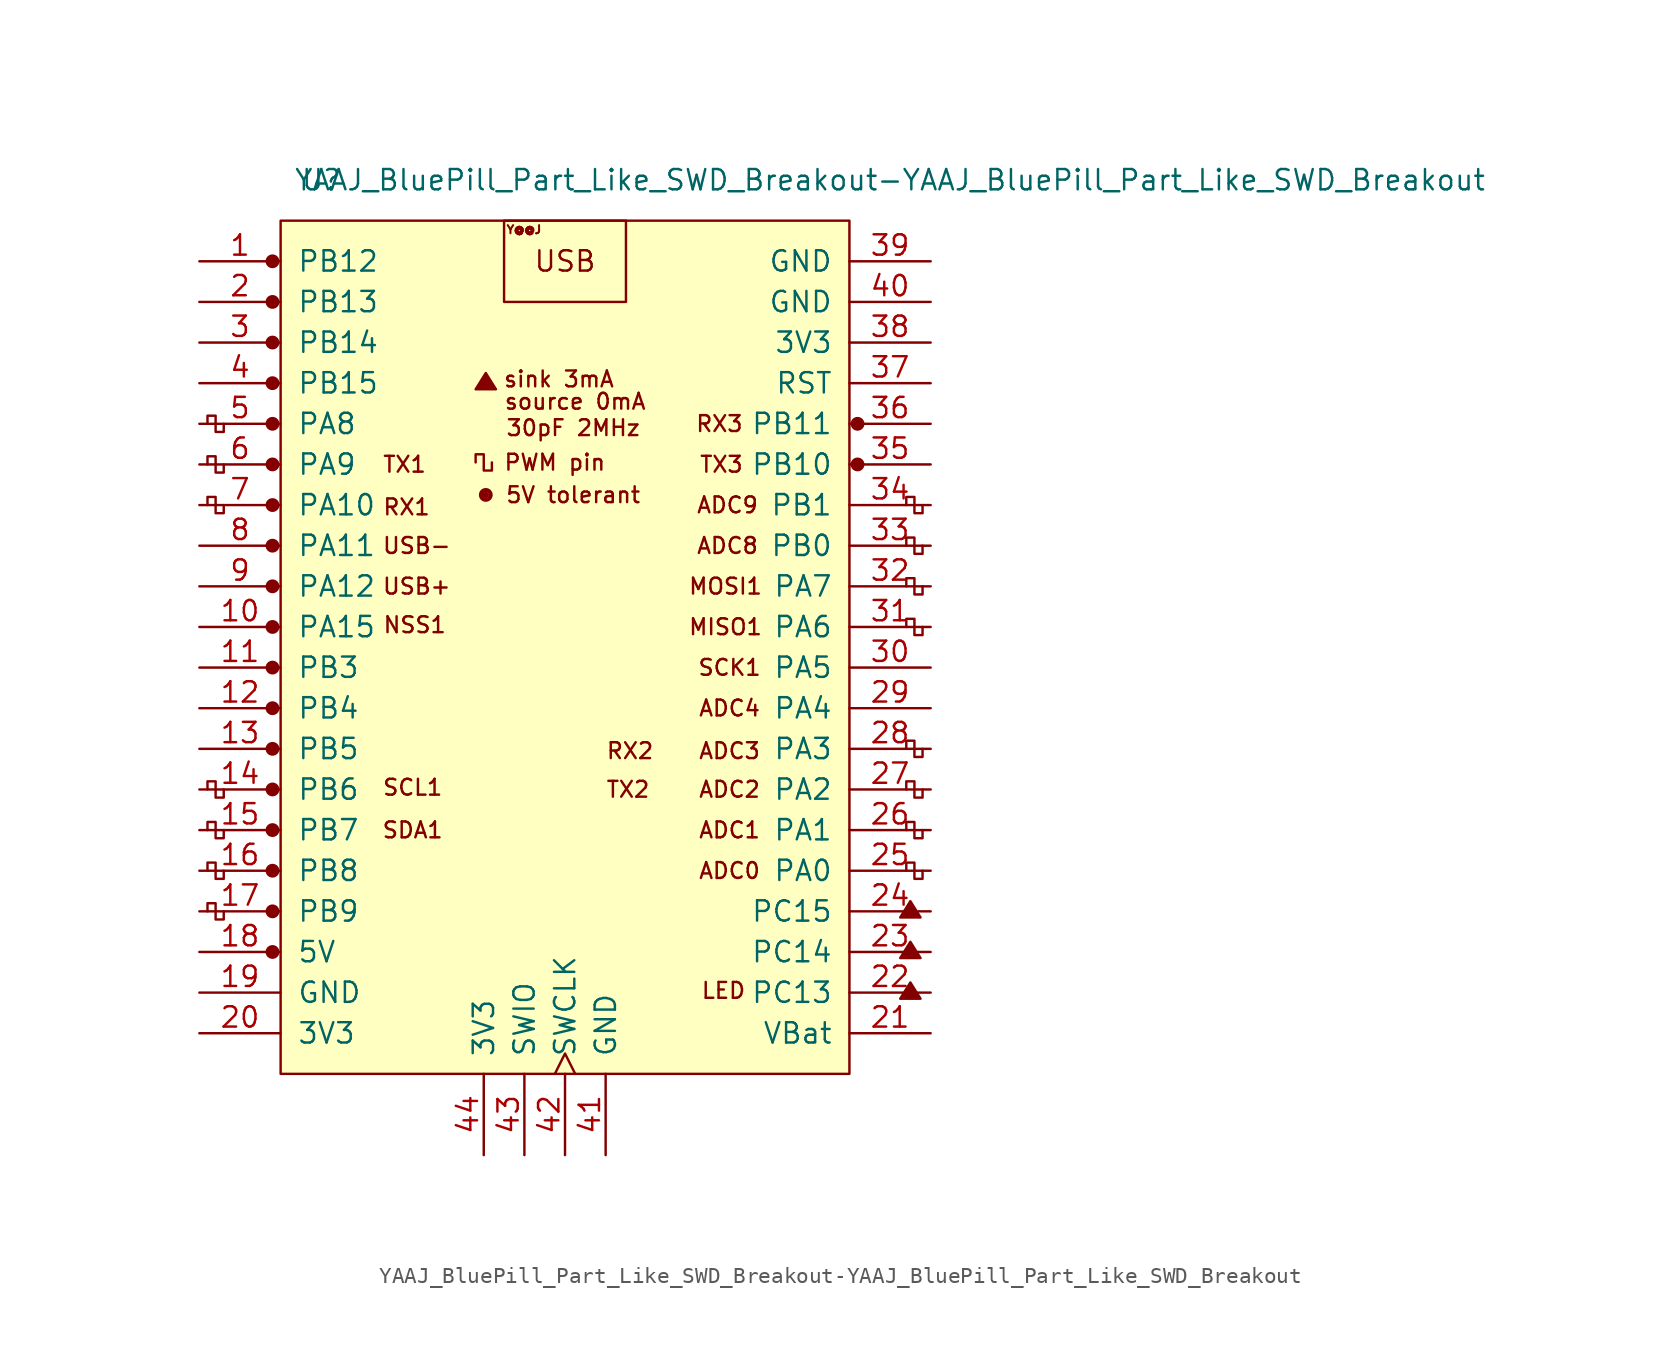
<source format=kicad_sym>
(kicad_symbol_lib
  (version 20231120)
  (generator "kicad_symbol_editor")
  (generator_version "8.0")
  (symbol "YAAJ_BluePill_Part_Like_SWD_Breakout-YAAJ_BluePill_Part_Like_SWD_Breakout"
    (pin_names
      (offset 1.016))
    (property "Reference" "U"
      (at -15.24 27.94 0)
      (effects (font (size 1.27 1.27))))
    (property "Value" "YAAJ_BluePill_Part_Like_SWD_Breakout-YAAJ_BluePill_Part_Like_SWD_Breakout"
      (at 20.32 27.94 0)
      (effects (font (size 1.27 1.27))))
    (symbol "YAAJ_BluePill_Part_Like_SWD_Breakout-YAAJ_BluePill_Part_Like_SWD_Breakout_0_0"
      (circle (center -18.288 -20.32) (radius 0.356) (stroke (width 0) (type solid)) (fill (type outline)))
      (circle (center -18.288 -17.78) (radius 0.356) (stroke (width 0) (type solid)) (fill (type outline)))
      (circle (center -18.288 -15.24) (radius 0.356) (stroke (width 0) (type solid)) (fill (type outline)))
      (circle (center -18.288 -12.7) (radius 0.356) (stroke (width 0) (type solid)) (fill (type outline)))
      (circle (center -18.288 -10.16) (radius 0.356) (stroke (width 0) (type solid)) (fill (type outline)))
      (circle (center -18.288 -7.62) (radius 0.356) (stroke (width 0) (type solid)) (fill (type outline)))
      (circle (center -18.288 -5.08) (radius 0.356) (stroke (width 0) (type solid)) (fill (type outline)))
      (circle (center -18.288 -2.54) (radius 0.356) (stroke (width 0) (type solid)) (fill (type outline)))
      (circle (center -18.288 0) (radius 0.356) (stroke (width 0) (type solid)) (fill (type outline)))
      (circle (center -18.288 2.54) (radius 0.356) (stroke (width 0) (type solid)) (fill (type outline)))
      (circle (center -18.288 5.08) (radius 0.356) (stroke (width 0) (type solid)) (fill (type outline)))
      (circle (center -18.288 7.62) (radius 0.356) (stroke (width 0) (type solid)) (fill (type outline)))
      (circle (center -18.288 10.16) (radius 0.356) (stroke (width 0) (type solid)) (fill (type outline)))
      (circle (center -18.288 12.7) (radius 0.356) (stroke (width 0) (type solid)) (fill (type outline)))
      (circle (center -18.288 15.24) (radius 0.356) (stroke (width 0) (type solid)) (fill (type outline)))
      (circle (center -18.288 17.78) (radius 0.356) (stroke (width 0) (type solid)) (fill (type outline)))
      (circle (center -18.288 22.86) (radius 0.356) (stroke (width 0) (type solid)) (fill (type outline)))
      (circle (center -4.953 8.255) (radius 0.127) (stroke (width 0) (type solid)) (fill (type outline)))
      (circle (center -4.953 8.255) (radius 0.254) (stroke (width 0) (type solid)) (fill (type none)))
      (circle (center -4.953 8.255) (radius 0.356) (stroke (width 0) (type solid)) (fill (type none)))
      (polyline (pts (xy -5.588 14.859) (xy -4.953 15.875) (xy -4.318 14.859) (xy -5.588 14.859) (xy -4.953 15.748) (xy -4.445 14.859) (xy -5.461 14.986) (xy -4.953 15.621) (xy -4.572 14.859) (xy -5.334 15.113) (xy -4.826 15.494) (xy -4.699 14.859) (xy -5.207 15.24) (xy -4.699 15.367) (xy -4.826 14.986) (xy -5.08 15.24) (xy -4.826 15.113) (xy -4.953 15.367)) (stroke (width 0) (type solid)) (fill (type none)))
      (polyline (pts (xy 20.955 -23.241) (xy 21.59 -22.225) (xy 22.225 -23.241) (xy 20.955 -23.241) (xy 21.59 -22.352) (xy 22.098 -23.241) (xy 21.082 -23.114) (xy 21.59 -22.479) (xy 21.971 -23.241) (xy 21.209 -22.987) (xy 21.717 -22.606) (xy 21.844 -23.241) (xy 21.336 -22.86) (xy 21.844 -22.733) (xy 21.717 -23.114) (xy 21.463 -22.86) (xy 21.717 -22.987) (xy 21.59 -22.733)) (stroke (width 0) (type solid)) (fill (type none)))
      (polyline (pts (xy 20.955 -20.701) (xy 21.59 -19.685) (xy 22.225 -20.701) (xy 20.955 -20.701) (xy 21.59 -19.812) (xy 22.098 -20.701) (xy 21.082 -20.574) (xy 21.59 -19.939) (xy 21.971 -20.701) (xy 21.209 -20.447) (xy 21.717 -20.066) (xy 21.844 -20.701) (xy 21.336 -20.32) (xy 21.844 -20.193) (xy 21.717 -20.574) (xy 21.463 -20.32) (xy 21.717 -20.447) (xy 21.59 -20.193)) (stroke (width 0) (type solid)) (fill (type none)))
      (polyline (pts (xy 20.955 -18.161) (xy 21.59 -17.145) (xy 22.225 -18.161) (xy 20.955 -18.161) (xy 21.59 -17.272) (xy 22.098 -18.161) (xy 21.082 -18.034) (xy 21.59 -17.399) (xy 21.971 -18.161) (xy 21.209 -17.907) (xy 21.717 -17.526) (xy 21.844 -18.161) (xy 21.336 -17.78) (xy 21.844 -17.653) (xy 21.717 -18.034) (xy 21.463 -17.78) (xy 21.717 -17.907) (xy 21.59 -17.653)) (stroke (width 0) (type solid)) (fill (type none)))
      (circle (center 18.288 10.16) (radius 0.254) (stroke (width 0) (type solid)) (fill (type outline)))
      (circle (center 18.288 10.16) (radius 0.356) (stroke (width 0) (type solid)) (fill (type none)))
      (circle (center 18.288 12.7) (radius 0.254) (stroke (width 0) (type solid)) (fill (type outline)))
      (circle (center 18.288 12.7) (radius 0.356) (stroke (width 0) (type solid)) (fill (type none)))
      (text "30pF 2MHz" (at 0.508 12.446 0) (effects (font (size 0.991 0.991))))
      (text "5V tolerant" (at 0.508 8.255 0) (effects (font (size 0.991 0.991))))
      (text "ADC0" (at 10.287 -15.24 0) (effects (font (size 0.991 0.991))))
      (text "ADC1" (at 10.287 -12.7 0) (effects (font (size 0.991 0.991))))
      (text "ADC2" (at 10.287 -10.16 0) (effects (font (size 0.991 0.991))))
      (text "ADC3" (at 10.287 -7.747 0) (effects (font (size 0.991 0.991))))
      (text "ADC4" (at 10.287 -5.08 0) (effects (font (size 0.991 0.991))))
      (text "ADC8" (at 10.16 5.08 0) (effects (font (size 0.991 0.991))))
      (text "ADC9" (at 10.16 7.62 0) (effects (font (size 0.991 0.991))))
      (text "LED" (at 9.906 -22.733 0) (effects (font (size 0.991 0.991))))
      (text "MISO1" (at 10.033 0 0) (effects (font (size 0.991 0.991))))
      (text "MOSI1" (at 10.033 2.54 0) (effects (font (size 0.991 0.991))))
      (text "NSS1" (at -9.398 0.127 0) (effects (font (size 0.991 0.991))))
      (text "PWM pin" (at -0.635 10.287 0) (effects (font (size 0.991 0.991))))
      (text "RX1" (at -9.906 7.493 0) (effects (font (size 0.991 0.991))))
      (text "RX2" (at 4.064 -7.747 0) (effects (font (size 0.991 0.991))))
      (text "RX3" (at 9.652 12.7 0) (effects (font (size 0.991 0.991))))
      (text "SCK1" (at 10.287 -2.54 0) (effects (font (size 0.991 0.991))))
      (text "SCL1" (at -9.525 -10.033 0) (effects (font (size 0.991 0.991))))
      (text "SDA1" (at -9.525 -12.7 0) (effects (font (size 0.991 0.991))))
      (text "sink 3mA" (at -0.381 15.494 0) (effects (font (size 0.991 0.991))))
      (text "source 0mA" (at 0.635 14.097 0) (effects (font (size 0.991 0.991))))
      (text "TX1" (at -10.033 10.16 0) (effects (font (size 0.991 0.991))))
      (text "TX2" (at 3.937 -10.16 0) (effects (font (size 0.991 0.991))))
      (text "TX3" (at 9.779 10.16 0) (effects (font (size 0.991 0.991))))
      (text "USB" (at 0 22.86 0) (effects (font (size 1.27 1.27))))
      (text "USB+" (at -9.271 2.54 0) (effects (font (size 0.991 0.991))))
      (text "USB-" (at -9.271 5.08 0) (effects (font (size 0.991 0.991))))
      (text "Y@@J" (at -2.565 24.841 0) (effects (font (size 0.508 0.508)))))
    (symbol "YAAJ_BluePill_Part_Like_SWD_Breakout-YAAJ_BluePill_Part_Like_SWD_Breakout_0_1"
      (rectangle (start -17.78 25.4) (end 17.78 -27.94) (stroke (width 0) (type solid)) (fill (type background)))
      (polyline (pts (xy -21.336 -17.78) (xy -21.336 -18.288) (xy -21.844 -18.288) (xy -21.844 -17.272) (xy -22.352 -17.272) (xy -22.352 -17.78)) (stroke (width 0) (type solid)) (fill (type none)))
      (polyline (pts (xy -21.336 -15.24) (xy -21.336 -15.748) (xy -21.844 -15.748) (xy -21.844 -14.732) (xy -22.352 -14.732) (xy -22.352 -15.24)) (stroke (width 0) (type solid)) (fill (type none)))
      (polyline (pts (xy -21.336 -12.7) (xy -21.336 -13.208) (xy -21.844 -13.208) (xy -21.844 -12.192) (xy -22.352 -12.192) (xy -22.352 -12.7)) (stroke (width 0) (type solid)) (fill (type none)))
      (polyline (pts (xy -21.336 -10.16) (xy -21.336 -10.668) (xy -21.844 -10.668) (xy -21.844 -9.652) (xy -22.352 -9.652) (xy -22.352 -10.16)) (stroke (width 0) (type solid)) (fill (type none)))
      (polyline (pts (xy -21.336 7.62) (xy -21.336 7.112) (xy -21.844 7.112) (xy -21.844 8.128) (xy -22.352 8.128) (xy -22.352 7.62)) (stroke (width 0) (type solid)) (fill (type none)))
      (polyline (pts (xy -21.336 10.16) (xy -21.336 9.652) (xy -21.844 9.652) (xy -21.844 10.668) (xy -22.352 10.668) (xy -22.352 10.16)) (stroke (width 0) (type solid)) (fill (type none)))
      (polyline (pts (xy -21.336 12.7) (xy -21.336 12.192) (xy -21.844 12.192) (xy -21.844 13.208) (xy -22.352 13.208) (xy -22.352 12.7)) (stroke (width 0) (type solid)) (fill (type none)))
      (polyline (pts (xy -4.572 10.287) (xy -4.572 9.779) (xy -5.08 9.779) (xy -5.08 10.795) (xy -5.588 10.795) (xy -5.588 10.287)) (stroke (width 0) (type solid)) (fill (type none)))
      (polyline (pts (xy 22.352 -15.24) (xy 22.352 -15.748) (xy 21.844 -15.748) (xy 21.844 -14.732) (xy 21.336 -14.732) (xy 21.336 -15.24)) (stroke (width 0) (type solid)) (fill (type none)))
      (polyline (pts (xy 22.352 -12.7) (xy 22.352 -13.208) (xy 21.844 -13.208) (xy 21.844 -12.192) (xy 21.336 -12.192) (xy 21.336 -12.7)) (stroke (width 0) (type solid)) (fill (type none)))
      (polyline (pts (xy 22.352 -10.16) (xy 22.352 -10.668) (xy 21.844 -10.668) (xy 21.844 -9.652) (xy 21.336 -9.652) (xy 21.336 -10.16)) (stroke (width 0) (type solid)) (fill (type none)))
      (polyline (pts (xy 22.352 -7.62) (xy 22.352 -8.128) (xy 21.844 -8.128) (xy 21.844 -7.112) (xy 21.336 -7.112) (xy 21.336 -7.62)) (stroke (width 0) (type solid)) (fill (type none)))
      (polyline (pts (xy 22.352 0) (xy 22.352 -0.508) (xy 21.844 -0.508) (xy 21.844 0.508) (xy 21.336 0.508) (xy 21.336 0)) (stroke (width 0) (type solid)) (fill (type none)))
      (polyline (pts (xy 22.352 2.54) (xy 22.352 2.032) (xy 21.844 2.032) (xy 21.844 3.048) (xy 21.336 3.048) (xy 21.336 2.54)) (stroke (width 0) (type solid)) (fill (type none)))
      (polyline (pts (xy 22.352 5.08) (xy 22.352 4.572) (xy 21.844 4.572) (xy 21.844 5.588) (xy 21.336 5.588) (xy 21.336 5.08)) (stroke (width 0) (type solid)) (fill (type none)))
      (polyline (pts (xy 22.352 7.62) (xy 22.352 7.112) (xy 21.844 7.112) (xy 21.844 8.128) (xy 21.336 8.128) (xy 21.336 7.62)) (stroke (width 0) (type solid)) (fill (type none)))
      (rectangle (start 3.81 25.4) (end -3.81 20.32) (stroke (width 0) (type solid)) (fill (type none))))
    (symbol "YAAJ_BluePill_Part_Like_SWD_Breakout-YAAJ_BluePill_Part_Like_SWD_Breakout_1_1"
      (circle (center -18.288 20.32) (radius 0.356) (stroke (width 0) (type solid)) (fill (type outline)))
      (pin bidirectional line (at -22.86 22.86 0) (length 5.08) (name "PB12" (effects (font (size 1.27 1.27)))) (number "1" (effects (font (size 1.27 1.27)))))
      (pin bidirectional line (at -22.86 0 0) (length 5.08) (name "PA15" (effects (font (size 1.27 1.27)))) (number "10" (effects (font (size 1.27 1.27)))))
      (pin bidirectional line (at -22.86 -2.54 0) (length 5.08) (name "PB3" (effects (font (size 1.27 1.27)))) (number "11" (effects (font (size 1.27 1.27)))))
      (pin bidirectional line (at -22.86 -5.08 0) (length 5.08) (name "PB4" (effects (font (size 1.27 1.27)))) (number "12" (effects (font (size 1.27 1.27)))))
      (pin bidirectional line (at -22.86 -7.62 0) (length 5.08) (name "PB5" (effects (font (size 1.27 1.27)))) (number "13" (effects (font (size 1.27 1.27)))))
      (pin bidirectional line (at -22.86 -10.16 0) (length 5.08) (name "PB6" (effects (font (size 1.27 1.27)))) (number "14" (effects (font (size 1.27 1.27)))))
      (pin bidirectional line (at -22.86 -12.7 0) (length 5.08) (name "PB7" (effects (font (size 1.27 1.27)))) (number "15" (effects (font (size 1.27 1.27)))))
      (pin bidirectional line (at -22.86 -15.24 0) (length 5.08) (name "PB8" (effects (font (size 1.27 1.27)))) (number "16" (effects (font (size 1.27 1.27)))))
      (pin bidirectional line (at -22.86 -17.78 0) (length 5.08) (name "PB9" (effects (font (size 1.27 1.27)))) (number "17" (effects (font (size 1.27 1.27)))))
      (pin power_in line (at -22.86 -20.32 0) (length 5.08) (name "5V" (effects (font (size 1.27 1.27)))) (number "18" (effects (font (size 1.27 1.27)))))
      (pin power_in line (at -22.86 -22.86 0) (length 5.08) (name "GND" (effects (font (size 1.27 1.27)))) (number "19" (effects (font (size 1.27 1.27)))))
      (pin bidirectional line (at -22.86 20.32 0) (length 5.08) (name "PB13" (effects (font (size 1.27 1.27)))) (number "2" (effects (font (size 1.27 1.27)))))
      (pin power_in line (at -22.86 -25.4 0) (length 5.08) (name "3V3" (effects (font (size 1.27 1.27)))) (number "20" (effects (font (size 1.27 1.27)))))
      (pin power_in line (at 22.86 -25.4 180) (length 5.08) (name "VBat" (effects (font (size 1.27 1.27)))) (number "21" (effects (font (size 1.27 1.27)))))
      (pin bidirectional line (at 22.86 -22.86 180) (length 5.08) (name "PC13" (effects (font (size 1.27 1.27)))) (number "22" (effects (font (size 1.27 1.27)))))
      (pin bidirectional line (at 22.86 -20.32 180) (length 5.08) (name "PC14" (effects (font (size 1.27 1.27)))) (number "23" (effects (font (size 1.27 1.27)))))
      (pin bidirectional line (at 22.86 -17.78 180) (length 5.08) (name "PC15" (effects (font (size 1.27 1.27)))) (number "24" (effects (font (size 1.27 1.27)))))
      (pin bidirectional line (at 22.86 -15.24 180) (length 5.08) (name "PA0" (effects (font (size 1.27 1.27)))) (number "25" (effects (font (size 1.27 1.27)))))
      (pin bidirectional line (at 22.86 -12.7 180) (length 5.08) (name "PA1" (effects (font (size 1.27 1.27)))) (number "26" (effects (font (size 1.27 1.27)))))
      (pin bidirectional line (at 22.86 -10.16 180) (length 5.08) (name "PA2" (effects (font (size 1.27 1.27)))) (number "27" (effects (font (size 1.27 1.27)))))
      (pin bidirectional line (at 22.86 -7.62 180) (length 5.08) (name "PA3" (effects (font (size 1.27 1.27)))) (number "28" (effects (font (size 1.27 1.27)))))
      (pin bidirectional line (at 22.86 -5.08 180) (length 5.08) (name "PA4" (effects (font (size 1.27 1.27)))) (number "29" (effects (font (size 1.27 1.27)))))
      (pin bidirectional line (at -22.86 17.78 0) (length 5.08) (name "PB14" (effects (font (size 1.27 1.27)))) (number "3" (effects (font (size 1.27 1.27)))))
      (pin bidirectional line (at 22.86 -2.54 180) (length 5.08) (name "PA5" (effects (font (size 1.27 1.27)))) (number "30" (effects (font (size 1.27 1.27)))))
      (pin bidirectional line (at 22.86 0 180) (length 5.08) (name "PA6" (effects (font (size 1.27 1.27)))) (number "31" (effects (font (size 1.27 1.27)))))
      (pin bidirectional line (at 22.86 2.54 180) (length 5.08) (name "PA7" (effects (font (size 1.27 1.27)))) (number "32" (effects (font (size 1.27 1.27)))))
      (pin bidirectional line (at 22.86 5.08 180) (length 5.08) (name "PB0" (effects (font (size 1.27 1.27)))) (number "33" (effects (font (size 1.27 1.27)))))
      (pin bidirectional line (at 22.86 7.62 180) (length 5.08) (name "PB1" (effects (font (size 1.27 1.27)))) (number "34" (effects (font (size 1.27 1.27)))))
      (pin bidirectional line (at 22.86 10.16 180) (length 5.08) (name "PB10" (effects (font (size 1.27 1.27)))) (number "35" (effects (font (size 1.27 1.27)))))
      (pin bidirectional line (at 22.86 12.7 180) (length 5.08) (name "PB11" (effects (font (size 1.27 1.27)))) (number "36" (effects (font (size 1.27 1.27)))))
      (pin input line (at 22.86 15.24 180) (length 5.08) (name "RST" (effects (font (size 1.27 1.27)))) (number "37" (effects (font (size 1.27 1.27)))))
      (pin power_in line (at 22.86 17.78 180) (length 5.08) (name "3V3" (effects (font (size 1.27 1.27)))) (number "38" (effects (font (size 1.27 1.27)))))
      (pin power_in line (at 22.86 22.86 180) (length 5.08) (name "GND" (effects (font (size 1.27 1.27)))) (number "39" (effects (font (size 1.27 1.27)))))
      (pin bidirectional line (at -22.86 15.24 0) (length 5.08) (name "PB15" (effects (font (size 1.27 1.27)))) (number "4" (effects (font (size 1.27 1.27)))))
      (pin power_in line (at 22.86 20.32 180) (length 5.08) (name "GND" (effects (font (size 1.27 1.27)))) (number "40" (effects (font (size 1.27 1.27)))))
      (pin power_in line (at 2.54 -33.02 90) (length 5.08) (name "GND" (effects (font (size 1.27 1.27)))) (number "41" (effects (font (size 1.27 1.27)))))
      (pin bidirectional clock (at 0 -33.02 90) (length 5.08) (name "SWCLK" (effects (font (size 1.27 1.27)))) (number "42" (effects (font (size 1.27 1.27)))))
      (pin bidirectional line (at -2.54 -33.02 90) (length 5.08) (name "SWIO" (effects (font (size 1.27 1.27)))) (number "43" (effects (font (size 1.27 1.27)))))
      (pin power_in line (at -5.08 -33.02 90) (length 5.08) (name "3V3" (effects (font (size 1.27 1.27)))) (number "44" (effects (font (size 1.27 1.27)))))
      (pin bidirectional line (at -22.86 12.7 0) (length 5.08) (name "PA8" (effects (font (size 1.27 1.27)))) (number "5" (effects (font (size 1.27 1.27)))))
      (pin bidirectional line (at -22.86 10.16 0) (length 5.08) (name "PA9" (effects (font (size 1.27 1.27)))) (number "6" (effects (font (size 1.27 1.27)))))
      (pin bidirectional line (at -22.86 7.62 0) (length 5.08) (name "PA10" (effects (font (size 1.27 1.27)))) (number "7" (effects (font (size 1.27 1.27)))))
      (pin bidirectional line (at -22.86 5.08 0) (length 5.08) (name "PA11" (effects (font (size 1.27 1.27)))) (number "8" (effects (font (size 1.27 1.27)))))
      (pin bidirectional line (at -22.86 2.54 0) (length 5.08) (name "PA12" (effects (font (size 1.27 1.27)))) (number "9" (effects (font (size 1.27 1.27))))))))
</source>
